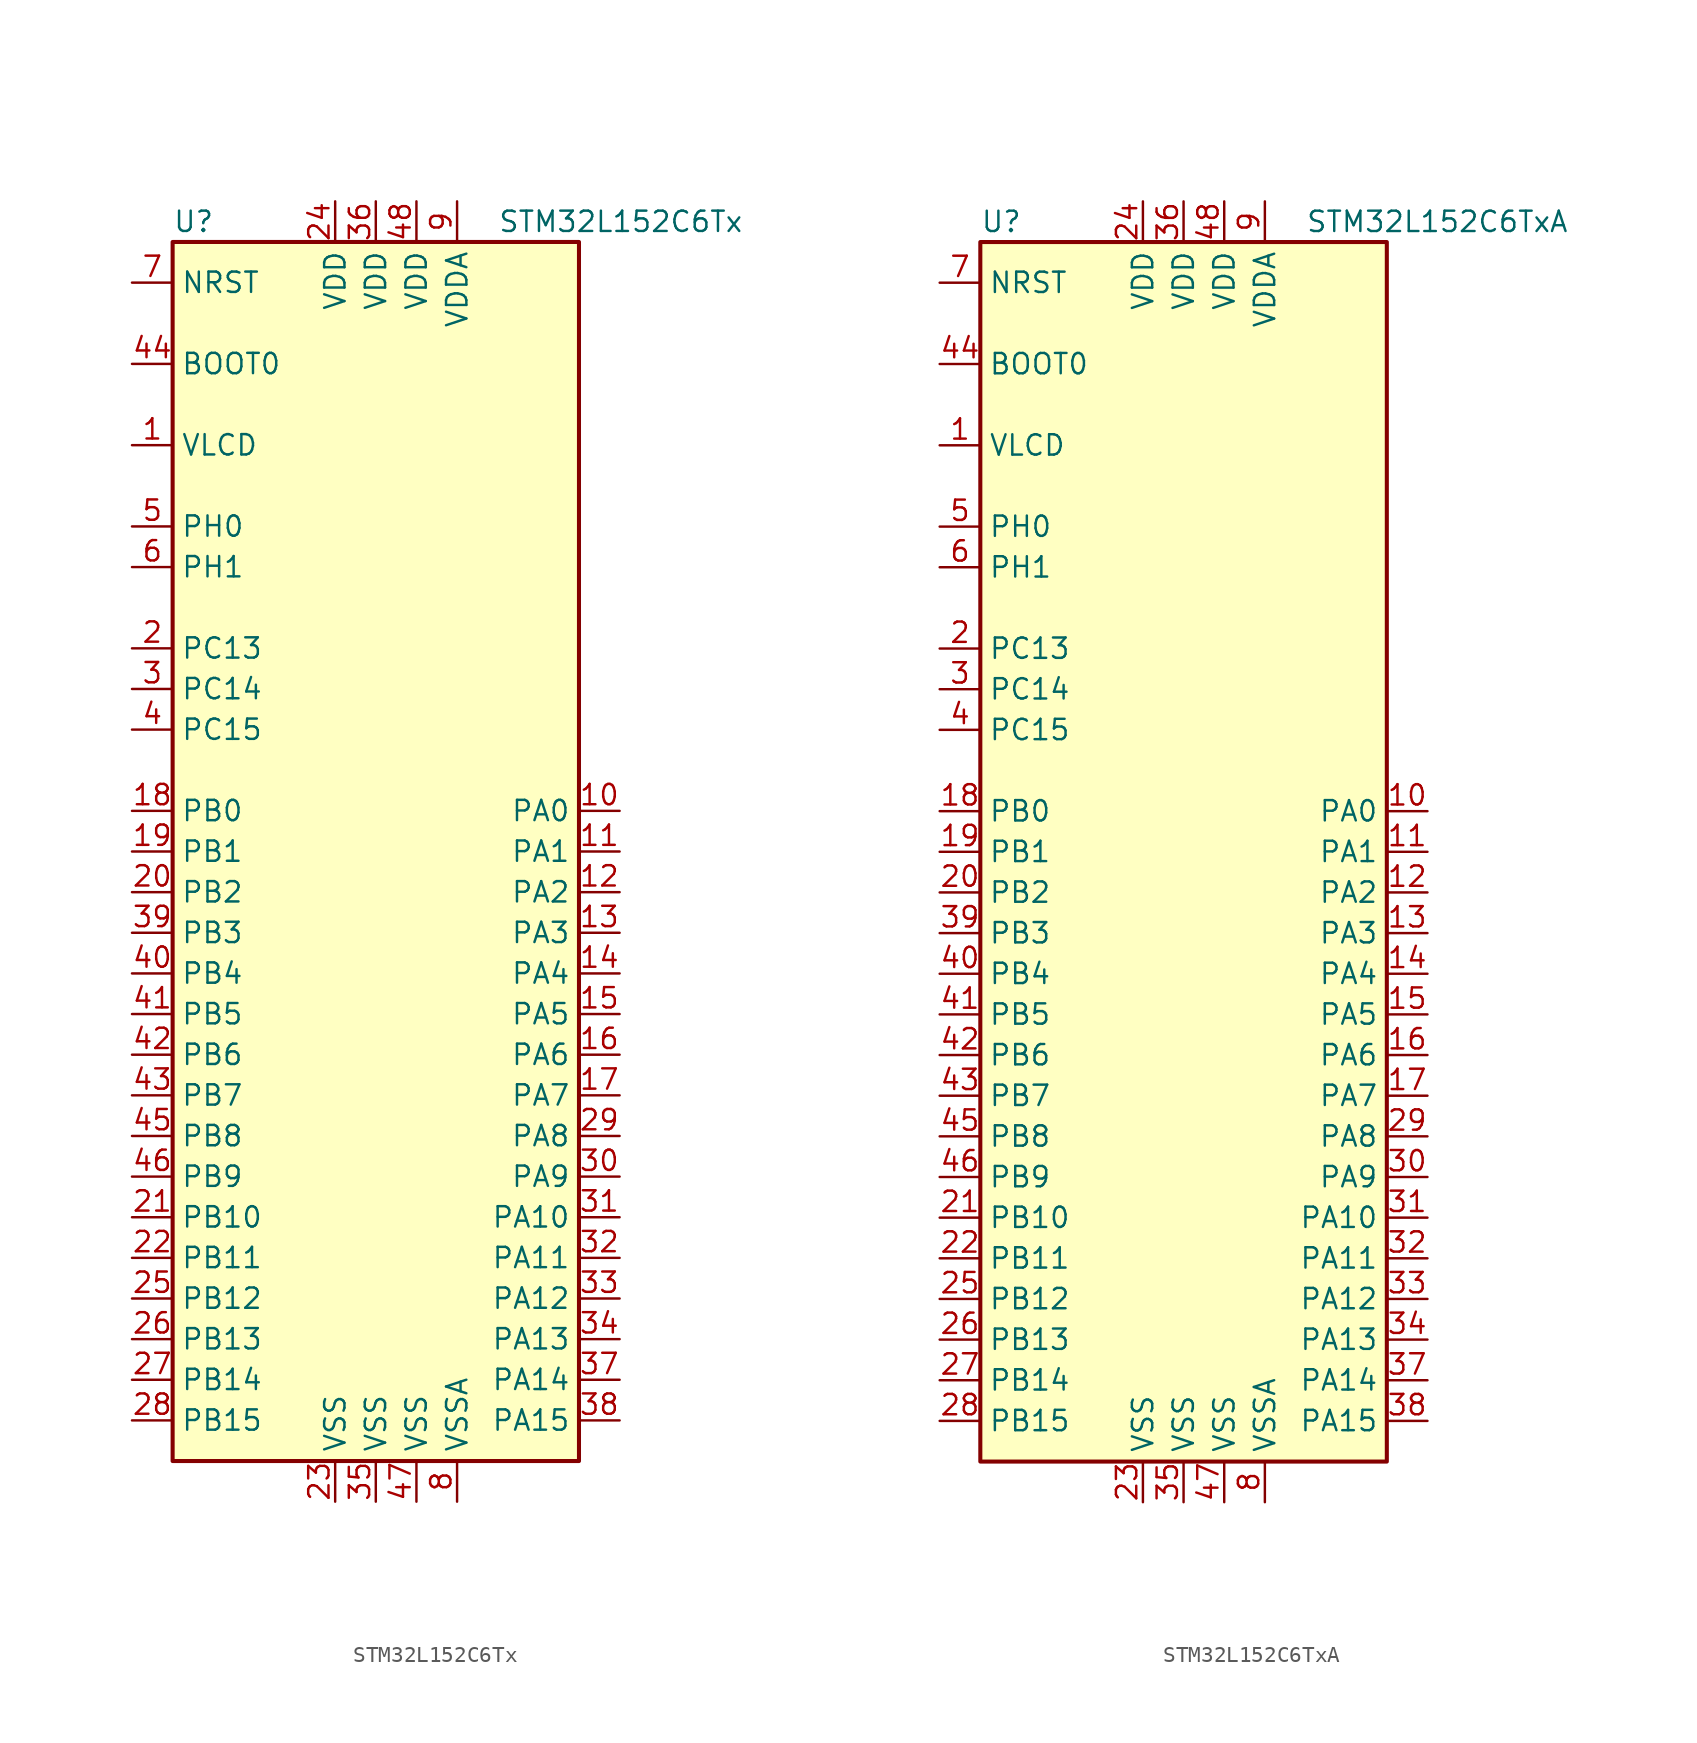
<source format=kicad_sym>
(kicad_symbol_lib
  (version 20201005)
  (generator kicad_symbol_editor)
  (symbol "STM32L152C6Tx"
    (property "Reference" "U"
      (at -12.7 39.37 0)
      (effects (font (size 1.27 1.27)) (justify left)))
    (property "Value" "STM32L152C6Tx"
      (at 7.62 39.37 0)
      (effects (font (size 1.27 1.27)) (justify left)))
    (symbol "STM32L152C6Tx_0_1"
      (rectangle (start -12.7 -38.1) (end 12.7 38.1) (stroke (width 0.254)) (fill (type background))))
    (symbol "STM32L152C6Tx_1_1"
      (pin input line (at -15.24 30.48 0) (length 2.54) (name "BOOT0" (effects (font (size 1.27 1.27)))) (number "44" (effects (font (size 1.27 1.27)))))
      (pin input line (at -15.24 35.56 0) (length 2.54) (name "NRST" (effects (font (size 1.27 1.27)))) (number "7" (effects (font (size 1.27 1.27)))))
      (pin bidirectional line (at 15.24 2.54 180) (length 2.54) (name "PA0" (effects (font (size 1.27 1.27)))) (number "10" (effects (font (size 1.27 1.27)))))
      (pin bidirectional line (at 15.24 0 180) (length 2.54) (name "PA1" (effects (font (size 1.27 1.27)))) (number "11" (effects (font (size 1.27 1.27)))))
      (pin bidirectional line (at 15.24 -22.86 180) (length 2.54) (name "PA10" (effects (font (size 1.27 1.27)))) (number "31" (effects (font (size 1.27 1.27)))))
      (pin bidirectional line (at 15.24 -25.4 180) (length 2.54) (name "PA11" (effects (font (size 1.27 1.27)))) (number "32" (effects (font (size 1.27 1.27)))))
      (pin bidirectional line (at 15.24 -27.94 180) (length 2.54) (name "PA12" (effects (font (size 1.27 1.27)))) (number "33" (effects (font (size 1.27 1.27)))))
      (pin bidirectional line (at 15.24 -30.48 180) (length 2.54) (name "PA13" (effects (font (size 1.27 1.27)))) (number "34" (effects (font (size 1.27 1.27)))))
      (pin bidirectional line (at 15.24 -33.02 180) (length 2.54) (name "PA14" (effects (font (size 1.27 1.27)))) (number "37" (effects (font (size 1.27 1.27)))))
      (pin bidirectional line (at 15.24 -35.56 180) (length 2.54) (name "PA15" (effects (font (size 1.27 1.27)))) (number "38" (effects (font (size 1.27 1.27)))))
      (pin bidirectional line (at 15.24 -2.54 180) (length 2.54) (name "PA2" (effects (font (size 1.27 1.27)))) (number "12" (effects (font (size 1.27 1.27)))))
      (pin bidirectional line (at 15.24 -5.08 180) (length 2.54) (name "PA3" (effects (font (size 1.27 1.27)))) (number "13" (effects (font (size 1.27 1.27)))))
      (pin bidirectional line (at 15.24 -7.62 180) (length 2.54) (name "PA4" (effects (font (size 1.27 1.27)))) (number "14" (effects (font (size 1.27 1.27)))))
      (pin bidirectional line (at 15.24 -10.16 180) (length 2.54) (name "PA5" (effects (font (size 1.27 1.27)))) (number "15" (effects (font (size 1.27 1.27)))))
      (pin bidirectional line (at 15.24 -12.7 180) (length 2.54) (name "PA6" (effects (font (size 1.27 1.27)))) (number "16" (effects (font (size 1.27 1.27)))))
      (pin bidirectional line (at 15.24 -15.24 180) (length 2.54) (name "PA7" (effects (font (size 1.27 1.27)))) (number "17" (effects (font (size 1.27 1.27)))))
      (pin bidirectional line (at 15.24 -17.78 180) (length 2.54) (name "PA8" (effects (font (size 1.27 1.27)))) (number "29" (effects (font (size 1.27 1.27)))))
      (pin bidirectional line (at 15.24 -20.32 180) (length 2.54) (name "PA9" (effects (font (size 1.27 1.27)))) (number "30" (effects (font (size 1.27 1.27)))))
      (pin bidirectional line (at -15.24 2.54 0) (length 2.54) (name "PB0" (effects (font (size 1.27 1.27)))) (number "18" (effects (font (size 1.27 1.27)))))
      (pin bidirectional line (at -15.24 0 0) (length 2.54) (name "PB1" (effects (font (size 1.27 1.27)))) (number "19" (effects (font (size 1.27 1.27)))))
      (pin bidirectional line (at -15.24 -22.86 0) (length 2.54) (name "PB10" (effects (font (size 1.27 1.27)))) (number "21" (effects (font (size 1.27 1.27)))))
      (pin bidirectional line (at -15.24 -25.4 0) (length 2.54) (name "PB11" (effects (font (size 1.27 1.27)))) (number "22" (effects (font (size 1.27 1.27)))))
      (pin bidirectional line (at -15.24 -27.94 0) (length 2.54) (name "PB12" (effects (font (size 1.27 1.27)))) (number "25" (effects (font (size 1.27 1.27)))))
      (pin bidirectional line (at -15.24 -30.48 0) (length 2.54) (name "PB13" (effects (font (size 1.27 1.27)))) (number "26" (effects (font (size 1.27 1.27)))))
      (pin bidirectional line (at -15.24 -33.02 0) (length 2.54) (name "PB14" (effects (font (size 1.27 1.27)))) (number "27" (effects (font (size 1.27 1.27)))))
      (pin bidirectional line (at -15.24 -35.56 0) (length 2.54) (name "PB15" (effects (font (size 1.27 1.27)))) (number "28" (effects (font (size 1.27 1.27)))))
      (pin bidirectional line (at -15.24 -2.54 0) (length 2.54) (name "PB2" (effects (font (size 1.27 1.27)))) (number "20" (effects (font (size 1.27 1.27)))))
      (pin bidirectional line (at -15.24 -5.08 0) (length 2.54) (name "PB3" (effects (font (size 1.27 1.27)))) (number "39" (effects (font (size 1.27 1.27)))))
      (pin bidirectional line (at -15.24 -7.62 0) (length 2.54) (name "PB4" (effects (font (size 1.27 1.27)))) (number "40" (effects (font (size 1.27 1.27)))))
      (pin bidirectional line (at -15.24 -10.16 0) (length 2.54) (name "PB5" (effects (font (size 1.27 1.27)))) (number "41" (effects (font (size 1.27 1.27)))))
      (pin bidirectional line (at -15.24 -12.7 0) (length 2.54) (name "PB6" (effects (font (size 1.27 1.27)))) (number "42" (effects (font (size 1.27 1.27)))))
      (pin bidirectional line (at -15.24 -15.24 0) (length 2.54) (name "PB7" (effects (font (size 1.27 1.27)))) (number "43" (effects (font (size 1.27 1.27)))))
      (pin bidirectional line (at -15.24 -17.78 0) (length 2.54) (name "PB8" (effects (font (size 1.27 1.27)))) (number "45" (effects (font (size 1.27 1.27)))))
      (pin bidirectional line (at -15.24 -20.32 0) (length 2.54) (name "PB9" (effects (font (size 1.27 1.27)))) (number "46" (effects (font (size 1.27 1.27)))))
      (pin bidirectional line (at -15.24 12.7 0) (length 2.54) (name "PC13" (effects (font (size 1.27 1.27)))) (number "2" (effects (font (size 1.27 1.27)))))
      (pin bidirectional line (at -15.24 10.16 0) (length 2.54) (name "PC14" (effects (font (size 1.27 1.27)))) (number "3" (effects (font (size 1.27 1.27)))))
      (pin bidirectional line (at -15.24 7.62 0) (length 2.54) (name "PC15" (effects (font (size 1.27 1.27)))) (number "4" (effects (font (size 1.27 1.27)))))
      (pin input line (at -15.24 20.32 0) (length 2.54) (name "PH0" (effects (font (size 1.27 1.27)))) (number "5" (effects (font (size 1.27 1.27)))))
      (pin input line (at -15.24 17.78 0) (length 2.54) (name "PH1" (effects (font (size 1.27 1.27)))) (number "6" (effects (font (size 1.27 1.27)))))
      (pin power_in line (at -2.54 40.64 270) (length 2.54) (name "VDD" (effects (font (size 1.27 1.27)))) (number "24" (effects (font (size 1.27 1.27)))))
      (pin power_in line (at 0 40.64 270) (length 2.54) (name "VDD" (effects (font (size 1.27 1.27)))) (number "36" (effects (font (size 1.27 1.27)))))
      (pin power_in line (at 2.54 40.64 270) (length 2.54) (name "VDD" (effects (font (size 1.27 1.27)))) (number "48" (effects (font (size 1.27 1.27)))))
      (pin power_in line (at 5.08 40.64 270) (length 2.54) (name "VDDA" (effects (font (size 1.27 1.27)))) (number "9" (effects (font (size 1.27 1.27)))))
      (pin power_in line (at -15.24 25.4 0) (length 2.54) (name "VLCD" (effects (font (size 1.27 1.27)))) (number "1" (effects (font (size 1.27 1.27)))))
      (pin power_in line (at -2.54 -40.64 90) (length 2.54) (name "VSS" (effects (font (size 1.27 1.27)))) (number "23" (effects (font (size 1.27 1.27)))))
      (pin power_in line (at 0 -40.64 90) (length 2.54) (name "VSS" (effects (font (size 1.27 1.27)))) (number "35" (effects (font (size 1.27 1.27)))))
      (pin power_in line (at 2.54 -40.64 90) (length 2.54) (name "VSS" (effects (font (size 1.27 1.27)))) (number "47" (effects (font (size 1.27 1.27)))))
      (pin power_in line (at 5.08 -40.64 90) (length 2.54) (name "VSSA" (effects (font (size 1.27 1.27)))) (number "8" (effects (font (size 1.27 1.27)))))))
  (symbol "STM32L152C6TxA"
    (property "Reference" "U"
      (at -12.7 39.37 0)
      (effects (font (size 1.27 1.27)) (justify left)))
    (property "Value" "STM32L152C6TxA"
      (at 7.62 39.37 0)
      (effects (font (size 1.27 1.27)) (justify left)))
    (symbol "STM32L152C6TxA_0_1"
      (rectangle (start -12.7 -38.1) (end 12.7 38.1) (stroke (width 0.254)) (fill (type background))))
    (symbol "STM32L152C6TxA_1_1"
      (pin input line (at -15.24 30.48 0) (length 2.54) (name "BOOT0" (effects (font (size 1.27 1.27)))) (number "44" (effects (font (size 1.27 1.27)))))
      (pin input line (at -15.24 35.56 0) (length 2.54) (name "NRST" (effects (font (size 1.27 1.27)))) (number "7" (effects (font (size 1.27 1.27)))))
      (pin bidirectional line (at 15.24 2.54 180) (length 2.54) (name "PA0" (effects (font (size 1.27 1.27)))) (number "10" (effects (font (size 1.27 1.27)))))
      (pin bidirectional line (at 15.24 0 180) (length 2.54) (name "PA1" (effects (font (size 1.27 1.27)))) (number "11" (effects (font (size 1.27 1.27)))))
      (pin bidirectional line (at 15.24 -22.86 180) (length 2.54) (name "PA10" (effects (font (size 1.27 1.27)))) (number "31" (effects (font (size 1.27 1.27)))))
      (pin bidirectional line (at 15.24 -25.4 180) (length 2.54) (name "PA11" (effects (font (size 1.27 1.27)))) (number "32" (effects (font (size 1.27 1.27)))))
      (pin bidirectional line (at 15.24 -27.94 180) (length 2.54) (name "PA12" (effects (font (size 1.27 1.27)))) (number "33" (effects (font (size 1.27 1.27)))))
      (pin bidirectional line (at 15.24 -30.48 180) (length 2.54) (name "PA13" (effects (font (size 1.27 1.27)))) (number "34" (effects (font (size 1.27 1.27)))))
      (pin bidirectional line (at 15.24 -33.02 180) (length 2.54) (name "PA14" (effects (font (size 1.27 1.27)))) (number "37" (effects (font (size 1.27 1.27)))))
      (pin bidirectional line (at 15.24 -35.56 180) (length 2.54) (name "PA15" (effects (font (size 1.27 1.27)))) (number "38" (effects (font (size 1.27 1.27)))))
      (pin bidirectional line (at 15.24 -2.54 180) (length 2.54) (name "PA2" (effects (font (size 1.27 1.27)))) (number "12" (effects (font (size 1.27 1.27)))))
      (pin bidirectional line (at 15.24 -5.08 180) (length 2.54) (name "PA3" (effects (font (size 1.27 1.27)))) (number "13" (effects (font (size 1.27 1.27)))))
      (pin bidirectional line (at 15.24 -7.62 180) (length 2.54) (name "PA4" (effects (font (size 1.27 1.27)))) (number "14" (effects (font (size 1.27 1.27)))))
      (pin bidirectional line (at 15.24 -10.16 180) (length 2.54) (name "PA5" (effects (font (size 1.27 1.27)))) (number "15" (effects (font (size 1.27 1.27)))))
      (pin bidirectional line (at 15.24 -12.7 180) (length 2.54) (name "PA6" (effects (font (size 1.27 1.27)))) (number "16" (effects (font (size 1.27 1.27)))))
      (pin bidirectional line (at 15.24 -15.24 180) (length 2.54) (name "PA7" (effects (font (size 1.27 1.27)))) (number "17" (effects (font (size 1.27 1.27)))))
      (pin bidirectional line (at 15.24 -17.78 180) (length 2.54) (name "PA8" (effects (font (size 1.27 1.27)))) (number "29" (effects (font (size 1.27 1.27)))))
      (pin bidirectional line (at 15.24 -20.32 180) (length 2.54) (name "PA9" (effects (font (size 1.27 1.27)))) (number "30" (effects (font (size 1.27 1.27)))))
      (pin bidirectional line (at -15.24 2.54 0) (length 2.54) (name "PB0" (effects (font (size 1.27 1.27)))) (number "18" (effects (font (size 1.27 1.27)))))
      (pin bidirectional line (at -15.24 0 0) (length 2.54) (name "PB1" (effects (font (size 1.27 1.27)))) (number "19" (effects (font (size 1.27 1.27)))))
      (pin bidirectional line (at -15.24 -22.86 0) (length 2.54) (name "PB10" (effects (font (size 1.27 1.27)))) (number "21" (effects (font (size 1.27 1.27)))))
      (pin bidirectional line (at -15.24 -25.4 0) (length 2.54) (name "PB11" (effects (font (size 1.27 1.27)))) (number "22" (effects (font (size 1.27 1.27)))))
      (pin bidirectional line (at -15.24 -27.94 0) (length 2.54) (name "PB12" (effects (font (size 1.27 1.27)))) (number "25" (effects (font (size 1.27 1.27)))))
      (pin bidirectional line (at -15.24 -30.48 0) (length 2.54) (name "PB13" (effects (font (size 1.27 1.27)))) (number "26" (effects (font (size 1.27 1.27)))))
      (pin bidirectional line (at -15.24 -33.02 0) (length 2.54) (name "PB14" (effects (font (size 1.27 1.27)))) (number "27" (effects (font (size 1.27 1.27)))))
      (pin bidirectional line (at -15.24 -35.56 0) (length 2.54) (name "PB15" (effects (font (size 1.27 1.27)))) (number "28" (effects (font (size 1.27 1.27)))))
      (pin bidirectional line (at -15.24 -2.54 0) (length 2.54) (name "PB2" (effects (font (size 1.27 1.27)))) (number "20" (effects (font (size 1.27 1.27)))))
      (pin bidirectional line (at -15.24 -5.08 0) (length 2.54) (name "PB3" (effects (font (size 1.27 1.27)))) (number "39" (effects (font (size 1.27 1.27)))))
      (pin bidirectional line (at -15.24 -7.62 0) (length 2.54) (name "PB4" (effects (font (size 1.27 1.27)))) (number "40" (effects (font (size 1.27 1.27)))))
      (pin bidirectional line (at -15.24 -10.16 0) (length 2.54) (name "PB5" (effects (font (size 1.27 1.27)))) (number "41" (effects (font (size 1.27 1.27)))))
      (pin bidirectional line (at -15.24 -12.7 0) (length 2.54) (name "PB6" (effects (font (size 1.27 1.27)))) (number "42" (effects (font (size 1.27 1.27)))))
      (pin bidirectional line (at -15.24 -15.24 0) (length 2.54) (name "PB7" (effects (font (size 1.27 1.27)))) (number "43" (effects (font (size 1.27 1.27)))))
      (pin bidirectional line (at -15.24 -17.78 0) (length 2.54) (name "PB8" (effects (font (size 1.27 1.27)))) (number "45" (effects (font (size 1.27 1.27)))))
      (pin bidirectional line (at -15.24 -20.32 0) (length 2.54) (name "PB9" (effects (font (size 1.27 1.27)))) (number "46" (effects (font (size 1.27 1.27)))))
      (pin bidirectional line (at -15.24 12.7 0) (length 2.54) (name "PC13" (effects (font (size 1.27 1.27)))) (number "2" (effects (font (size 1.27 1.27)))))
      (pin bidirectional line (at -15.24 10.16 0) (length 2.54) (name "PC14" (effects (font (size 1.27 1.27)))) (number "3" (effects (font (size 1.27 1.27)))))
      (pin bidirectional line (at -15.24 7.62 0) (length 2.54) (name "PC15" (effects (font (size 1.27 1.27)))) (number "4" (effects (font (size 1.27 1.27)))))
      (pin input line (at -15.24 20.32 0) (length 2.54) (name "PH0" (effects (font (size 1.27 1.27)))) (number "5" (effects (font (size 1.27 1.27)))))
      (pin input line (at -15.24 17.78 0) (length 2.54) (name "PH1" (effects (font (size 1.27 1.27)))) (number "6" (effects (font (size 1.27 1.27)))))
      (pin power_in line (at -2.54 40.64 270) (length 2.54) (name "VDD" (effects (font (size 1.27 1.27)))) (number "24" (effects (font (size 1.27 1.27)))))
      (pin power_in line (at 0 40.64 270) (length 2.54) (name "VDD" (effects (font (size 1.27 1.27)))) (number "36" (effects (font (size 1.27 1.27)))))
      (pin power_in line (at 2.54 40.64 270) (length 2.54) (name "VDD" (effects (font (size 1.27 1.27)))) (number "48" (effects (font (size 1.27 1.27)))))
      (pin power_in line (at 5.08 40.64 270) (length 2.54) (name "VDDA" (effects (font (size 1.27 1.27)))) (number "9" (effects (font (size 1.27 1.27)))))
      (pin power_in line (at -15.24 25.4 0) (length 2.54) (name "VLCD" (effects (font (size 1.27 1.27)))) (number "1" (effects (font (size 1.27 1.27)))))
      (pin power_in line (at -2.54 -40.64 90) (length 2.54) (name "VSS" (effects (font (size 1.27 1.27)))) (number "23" (effects (font (size 1.27 1.27)))))
      (pin power_in line (at 0 -40.64 90) (length 2.54) (name "VSS" (effects (font (size 1.27 1.27)))) (number "35" (effects (font (size 1.27 1.27)))))
      (pin power_in line (at 2.54 -40.64 90) (length 2.54) (name "VSS" (effects (font (size 1.27 1.27)))) (number "47" (effects (font (size 1.27 1.27)))))
      (pin power_in line (at 5.08 -40.64 90) (length 2.54) (name "VSSA" (effects (font (size 1.27 1.27)))) (number "8" (effects (font (size 1.27 1.27))))))))
</source>
